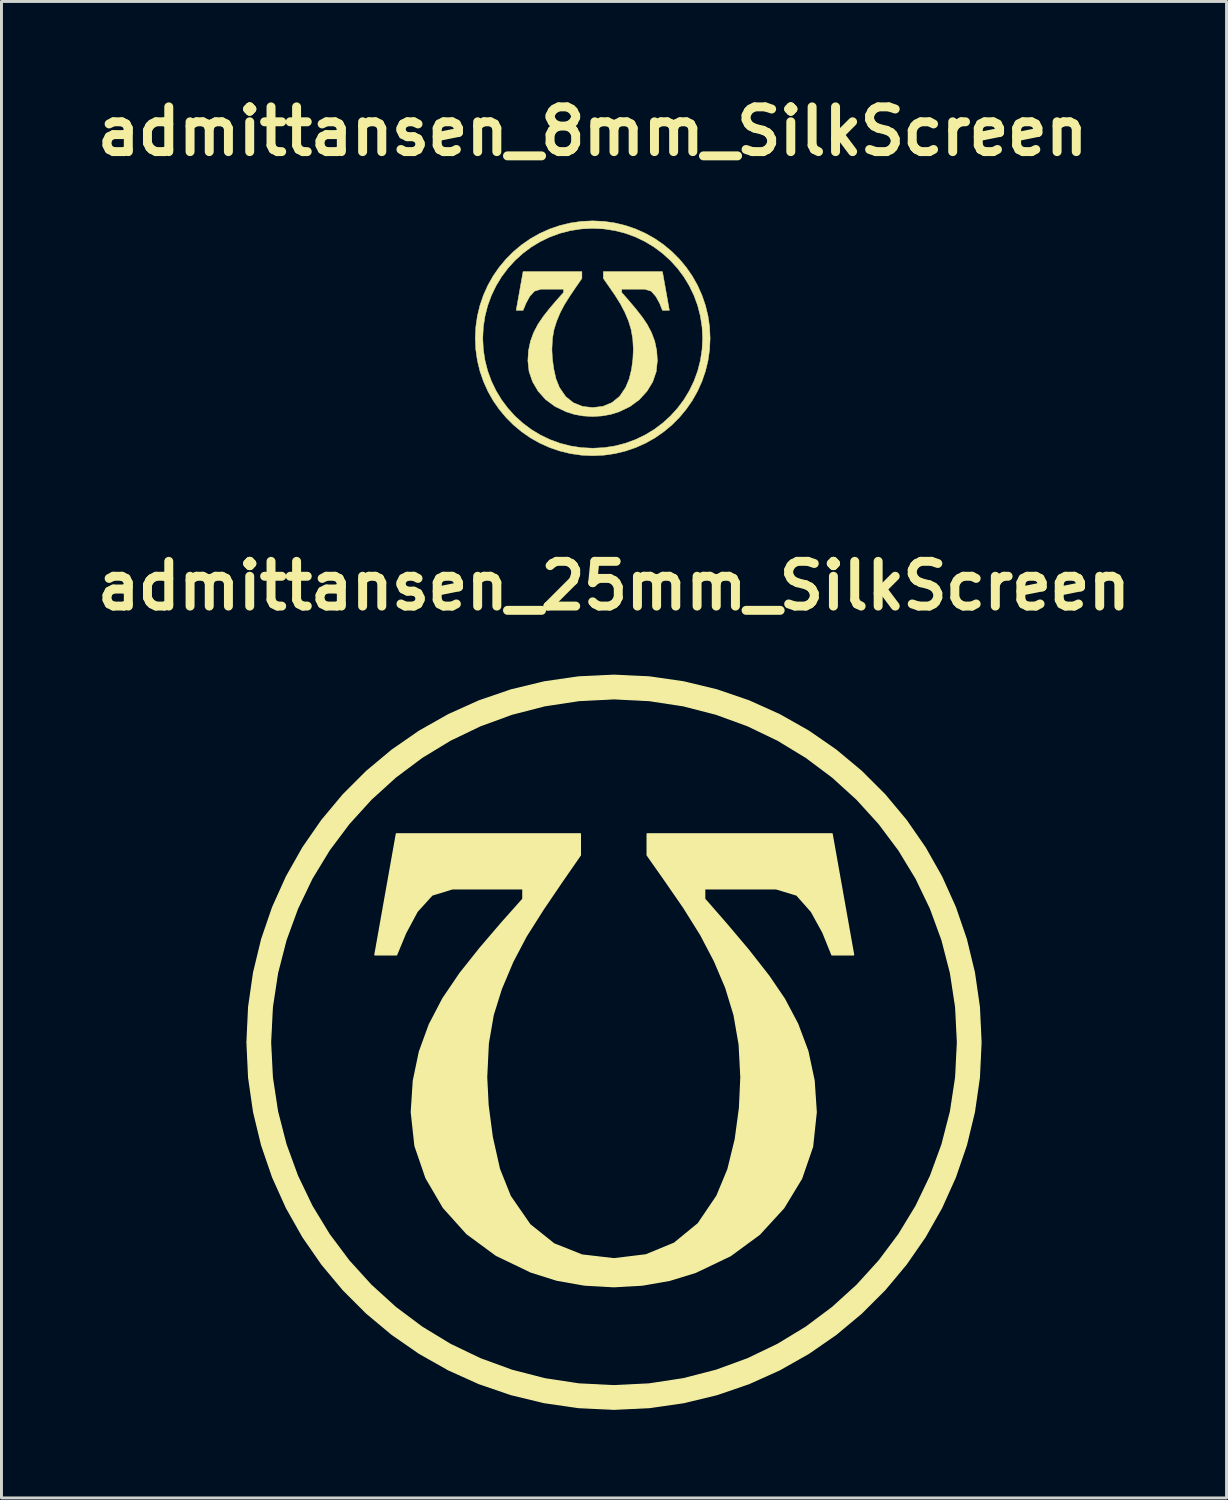
<source format=kicad_pcb>
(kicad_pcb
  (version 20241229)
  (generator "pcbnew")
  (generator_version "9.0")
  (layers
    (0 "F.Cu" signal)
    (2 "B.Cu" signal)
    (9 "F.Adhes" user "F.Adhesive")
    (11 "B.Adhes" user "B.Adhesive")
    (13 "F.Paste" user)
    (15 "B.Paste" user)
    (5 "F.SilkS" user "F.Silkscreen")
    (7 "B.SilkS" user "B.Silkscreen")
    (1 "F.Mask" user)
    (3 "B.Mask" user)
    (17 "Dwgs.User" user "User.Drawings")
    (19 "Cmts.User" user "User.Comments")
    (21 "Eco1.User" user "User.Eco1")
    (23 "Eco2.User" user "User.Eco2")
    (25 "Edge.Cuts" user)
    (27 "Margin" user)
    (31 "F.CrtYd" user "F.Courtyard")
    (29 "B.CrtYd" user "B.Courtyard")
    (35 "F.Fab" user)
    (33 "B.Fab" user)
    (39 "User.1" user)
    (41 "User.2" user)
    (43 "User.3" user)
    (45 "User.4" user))
  (footprint "admittansen_25mm_SilkScreen"
    (layer "F.Cu")
    (at 17.867 32.456)
    (property "Reference" "admittansen_25mm_SilkScreen" (at 0 -15.548 0) (layer "F.SilkS") (effects (font (size 1.524 1.524) (thickness 0.305))))
    (attr exclude_from_pos_files exclude_from_bom)
    (fp_poly (pts (xy -8.142 -2.979) (xy -7.41 -7.097) (xy -1.149 -7.097) (xy -1.149 -6.375) (xy -1.791 -5.449) (xy -2.422 -4.518) (xy -2.998 -3.608) (xy -3.452 -2.745) (xy -3.842 -1.82) (xy -4.12 -0.931) (xy -4.287 0.035) (xy -4.343 1.192) (xy -4.295 2.142) (xy -4.152 3.229) (xy -3.908 4.317) (xy -3.537 5.246) (xy -2.868 6.214) (xy -2.051 6.87) (xy -1.093 7.252) (xy -0.003 7.379) (xy 1.091 7.246) (xy 2.056 6.848) (xy 2.871 6.18) (xy 3.51 5.235) (xy 3.884 4.333) (xy 4.136 3.304) (xy 4.28 2.235) (xy 4.327 1.192) (xy 4.269 0.078) (xy 4.094 -0.931) (xy 3.81 -1.862) (xy 3.425 -2.767) (xy 2.956 -3.663) (xy 2.375 -4.592) (xy 1.741 -5.51) (xy 1.133 -6.375) (xy 1.133 -7.097) (xy 7.426 -7.097) (xy 8.159 -2.979) (xy 7.426 -2.979) (xy 7.118 -3.743) (xy 6.726 -4.454) (xy 6.227 -5.017) (xy 5.527 -5.229) (xy 3.086 -5.229) (xy 3.086 -4.879) (xy 3.802 -4.059) (xy 4.571 -3.149) (xy 5.277 -2.247) (xy 5.803 -1.472) (xy 6.251 -0.626) (xy 6.598 0.3) (xy 6.813 1.309) (xy 6.885 2.38) (xy 6.76 3.556) (xy 6.386 4.641) (xy 5.779 5.641) (xy 4.954 6.541) (xy 3.964 7.268) (xy 2.778 7.835) (xy 1.894 8.107) (xy 0.967 8.269) (xy -0.003 8.324) (xy -1.005 8.268) (xy -1.946 8.102) (xy -2.826 7.825) (xy -4.014 7.254) (xy -5.012 6.519) (xy -5.81 5.631) (xy -6.402 4.62) (xy -6.776 3.529) (xy -6.901 2.38) (xy -6.832 1.314) (xy -6.625 0.322) (xy -6.288 -0.602) (xy -5.829 -1.483) (xy -5.245 -2.345) (xy -4.555 -3.212) (xy -3.826 -4.064) (xy -3.101 -4.879) (xy -3.101 -5.229) (xy -5.511 -5.229) (xy -6.2 -5.017) (xy -6.71 -4.454) (xy -7.102 -3.722) (xy -7.41 -2.979) (xy -8.142 -2.979) (xy -8.142 -2.979)) (stroke (width 0.05) (type solid)) (fill yes) (layer "F.SilkS"))
    (fp_poly (pts (xy 0 -12.5) (xy 0 -11.703) (xy 1.197 -11.643) (xy 2.36 -11.466) (xy 3.482 -11.177) (xy 4.557 -10.784) (xy 5.581 -10.292) (xy 6.545 -9.706) (xy 7.446 -9.032) (xy 8.277 -8.277) (xy 9.032 -7.446) (xy 9.706 -6.545) (xy 10.292 -5.581) (xy 10.784 -4.557) (xy 11.177 -3.482) (xy 11.466 -2.36) (xy 11.643 -1.197) (xy 11.703 0) (xy 11.643 1.197) (xy 11.466 2.36) (xy 11.177 3.482) (xy 10.784 4.557) (xy 10.292 5.581) (xy 9.706 6.545) (xy 9.032 7.446) (xy 8.277 8.277) (xy 7.446 9.032) (xy 6.545 9.706) (xy 5.581 10.292) (xy 4.557 10.784) (xy 3.482 11.177) (xy 2.36 11.466) (xy 1.197 11.643) (xy 0 11.703) (xy -1.197 11.643) (xy -2.36 11.466) (xy -3.482 11.177) (xy -4.557 10.784) (xy -5.581 10.292) (xy -6.545 9.706) (xy -7.446 9.032) (xy -8.277 8.277) (xy -9.032 7.446) (xy -9.706 6.545) (xy -10.292 5.581) (xy -10.784 4.557) (xy -11.177 3.482) (xy -11.466 2.36) (xy -11.643 1.197) (xy -11.703 0) (xy -11.643 -1.197) (xy -11.466 -2.36) (xy -11.177 -3.482) (xy -10.784 -4.557) (xy -10.292 -5.581) (xy -9.706 -6.545) (xy -9.032 -7.446) (xy -8.277 -8.277) (xy -7.446 -9.032) (xy -6.545 -9.706) (xy -5.581 -10.292) (xy -4.557 -10.784) (xy -3.482 -11.177) (xy -2.36 -11.466) (xy -1.197 -11.643) (xy 0 -11.703) (xy 0 -12.5) (xy -1.203 -12.443) (xy -2.374 -12.274) (xy -3.507 -12) (xy -4.598 -11.626) (xy -5.641 -11.156) (xy -6.631 -10.596) (xy -7.562 -9.951) (xy -8.429 -9.227) (xy -9.227 -8.429) (xy -9.951 -7.562) (xy -10.596 -6.631) (xy -11.156 -5.641) (xy -11.626 -4.598) (xy -12 -3.507) (xy -12.274 -2.374) (xy -12.443 -1.203) (xy -12.5 0) (xy -12.443 1.203) (xy -12.274 2.374) (xy -12 3.507) (xy -11.626 4.598) (xy -11.156 5.641) (xy -10.596 6.631) (xy -9.951 7.562) (xy -9.227 8.429) (xy -8.429 9.227) (xy -7.562 9.951) (xy -6.631 10.596) (xy -5.641 11.156) (xy -4.598 11.626) (xy -3.507 12) (xy -2.374 12.274) (xy -1.203 12.443) (xy 0 12.5) (xy 1.203 12.443) (xy 2.374 12.274) (xy 3.507 12) (xy 4.598 11.626) (xy 5.641 11.156) (xy 6.631 10.596) (xy 7.562 9.951) (xy 8.429 9.227) (xy 9.227 8.429) (xy 9.951 7.562) (xy 10.596 6.631) (xy 11.156 5.641) (xy 11.626 4.598) (xy 12 3.507) (xy 12.274 2.374) (xy 12.443 1.203) (xy 12.5 0) (xy 12.443 -1.203) (xy 12.274 -2.374) (xy 12 -3.507) (xy 11.626 -4.598) (xy 11.156 -5.641) (xy 10.596 -6.631) (xy 9.951 -7.562) (xy 9.227 -8.429) (xy 8.429 -9.227) (xy 7.562 -9.951) (xy 6.631 -10.596) (xy 5.641 -11.156) (xy 4.598 -11.626) (xy 3.507 -12) (xy 2.374 -12.274) (xy 1.203 -12.443) (xy 0 -12.5)) (stroke (width 0.047) (type solid)) (fill yes) (layer "F.SilkS")))
  (footprint "admittansen_8mm_SilkScreen"
    (layer "F.Cu")
    (at 17.141 8.474)
    (property "Reference" "admittansen_8mm_SilkScreen" (at 0 -7.048 0) (layer "F.SilkS") (effects (font (size 1.524 1.524) (thickness 0.305))))
    (attr exclude_from_pos_files exclude_from_bom)
    (fp_poly (pts (xy -2.606 -0.953) (xy -2.371 -2.271) (xy -0.368 -2.271) (xy -0.368 -2.04) (xy -0.573 -1.744) (xy -0.775 -1.446) (xy -0.959 -1.154) (xy -1.105 -0.879) (xy -1.229 -0.582) (xy -1.318 -0.298) (xy -1.372 0.011) (xy -1.39 0.381) (xy -1.375 0.685) (xy -1.329 1.033) (xy -1.251 1.382) (xy -1.132 1.679) (xy -0.918 1.989) (xy -0.656 2.198) (xy -0.35 2.321) (xy -0.001 2.361) (xy 0.349 2.319) (xy 0.658 2.191) (xy 0.919 1.978) (xy 1.123 1.675) (xy 1.243 1.387) (xy 1.324 1.057) (xy 1.369 0.715) (xy 1.385 0.381) (xy 1.366 0.025) (xy 1.31 -0.298) (xy 1.219 -0.596) (xy 1.096 -0.885) (xy 0.946 -1.172) (xy 0.76 -1.469) (xy 0.557 -1.763) (xy 0.363 -2.04) (xy 0.363 -2.271) (xy 2.376 -2.271) (xy 2.611 -0.953) (xy 2.376 -0.953) (xy 2.278 -1.198) (xy 2.152 -1.425) (xy 1.993 -1.605) (xy 1.769 -1.673) (xy 0.987 -1.673) (xy 0.987 -1.561) (xy 1.217 -1.299) (xy 1.463 -1.008) (xy 1.689 -0.719) (xy 1.857 -0.471) (xy 2 -0.2) (xy 2.112 0.096) (xy 2.18 0.419) (xy 2.203 0.762) (xy 2.163 1.138) (xy 2.044 1.485) (xy 1.849 1.805) (xy 1.585 2.093) (xy 1.268 2.326) (xy 0.889 2.507) (xy 0.606 2.594) (xy 0.309 2.646) (xy -0.001 2.664) (xy -0.322 2.646) (xy -0.623 2.593) (xy -0.904 2.504) (xy -1.285 2.321) (xy -1.604 2.086) (xy -1.859 1.802) (xy -2.049 1.478) (xy -2.168 1.129) (xy -2.208 0.762) (xy -2.186 0.42) (xy -2.12 0.103) (xy -2.012 -0.193) (xy -1.865 -0.474) (xy -1.678 -0.75) (xy -1.458 -1.028) (xy -1.224 -1.301) (xy -0.992 -1.561) (xy -0.992 -1.673) (xy -1.763 -1.673) (xy -1.984 -1.605) (xy -2.147 -1.425) (xy -2.273 -1.191) (xy -2.371 -0.953) (xy -2.606 -0.953) (xy -2.606 -0.953)) (stroke (width 0.016) (type solid)) (fill yes) (layer "F.SilkS"))
    (fp_poly (pts (xy 0 -4) (xy 0 -3.745) (xy 0.383 -3.726) (xy 0.755 -3.669) (xy 1.114 -3.577) (xy 1.458 -3.451) (xy 1.786 -3.293) (xy 2.095 -3.106) (xy 2.383 -2.89) (xy 2.649 -2.649) (xy 2.89 -2.383) (xy 3.106 -2.095) (xy 3.293 -1.786) (xy 3.451 -1.458) (xy 3.577 -1.114) (xy 3.669 -0.755) (xy 3.726 -0.383) (xy 3.745 0) (xy 3.726 0.383) (xy 3.669 0.755) (xy 3.577 1.114) (xy 3.451 1.458) (xy 3.293 1.786) (xy 3.106 2.095) (xy 2.89 2.383) (xy 2.649 2.649) (xy 2.383 2.89) (xy 2.095 3.106) (xy 1.786 3.293) (xy 1.458 3.451) (xy 1.114 3.577) (xy 0.755 3.669) (xy 0.383 3.726) (xy 0 3.745) (xy -0.383 3.726) (xy -0.755 3.669) (xy -1.114 3.577) (xy -1.458 3.451) (xy -1.786 3.293) (xy -2.095 3.106) (xy -2.383 2.89) (xy -2.649 2.649) (xy -2.89 2.383) (xy -3.106 2.095) (xy -3.293 1.786) (xy -3.451 1.458) (xy -3.577 1.114) (xy -3.669 0.755) (xy -3.726 0.383) (xy -3.745 0) (xy -3.726 -0.383) (xy -3.669 -0.755) (xy -3.577 -1.114) (xy -3.451 -1.458) (xy -3.293 -1.786) (xy -3.106 -2.095) (xy -2.89 -2.383) (xy -2.649 -2.649) (xy -2.383 -2.89) (xy -2.095 -3.106) (xy -1.786 -3.293) (xy -1.458 -3.451) (xy -1.114 -3.577) (xy -0.755 -3.669) (xy -0.383 -3.726) (xy 0 -3.745) (xy 0 -4) (xy -0.385 -3.982) (xy -0.76 -3.928) (xy -1.122 -3.84) (xy -1.471 -3.72) (xy -1.805 -3.57) (xy -2.122 -3.391) (xy -2.42 -3.184) (xy -2.697 -2.953) (xy -2.953 -2.697) (xy -3.184 -2.42) (xy -3.391 -2.122) (xy -3.57 -1.805) (xy -3.72 -1.471) (xy -3.84 -1.122) (xy -3.928 -0.76) (xy -3.982 -0.385) (xy -4 0) (xy -3.982 0.385) (xy -3.928 0.76) (xy -3.84 1.122) (xy -3.72 1.471) (xy -3.57 1.805) (xy -3.391 2.122) (xy -3.184 2.42) (xy -2.953 2.697) (xy -2.697 2.953) (xy -2.42 3.184) (xy -2.122 3.391) (xy -1.805 3.57) (xy -1.471 3.72) (xy -1.122 3.84) (xy -0.76 3.928) (xy -0.385 3.982) (xy 0 4) (xy 0.385 3.982) (xy 0.76 3.928) (xy 1.122 3.84) (xy 1.471 3.72) (xy 1.805 3.57) (xy 2.122 3.391) (xy 2.42 3.184) (xy 2.697 2.953) (xy 2.953 2.697) (xy 3.184 2.42) (xy 3.391 2.122) (xy 3.57 1.805) (xy 3.72 1.471) (xy 3.84 1.122) (xy 3.928 0.76) (xy 3.982 0.385) (xy 4 0) (xy 3.982 -0.385) (xy 3.928 -0.76) (xy 3.84 -1.122) (xy 3.72 -1.471) (xy 3.57 -1.805) (xy 3.391 -2.122) (xy 3.184 -2.42) (xy 2.953 -2.697) (xy 2.697 -2.953) (xy 2.42 -3.184) (xy 2.122 -3.391) (xy 1.805 -3.57) (xy 1.471 -3.72) (xy 1.122 -3.84) (xy 0.76 -3.928) (xy 0.385 -3.982) (xy 0 -4)) (stroke (width 0.015) (type solid)) (fill yes) (layer "F.SilkS")))
  (gr_rect
    (start -3 -3)
    (end 38.734 47.98)
    (stroke (width 0.1) (type default))
    (fill no)
    (layer "Edge.Cuts")))
</source>
